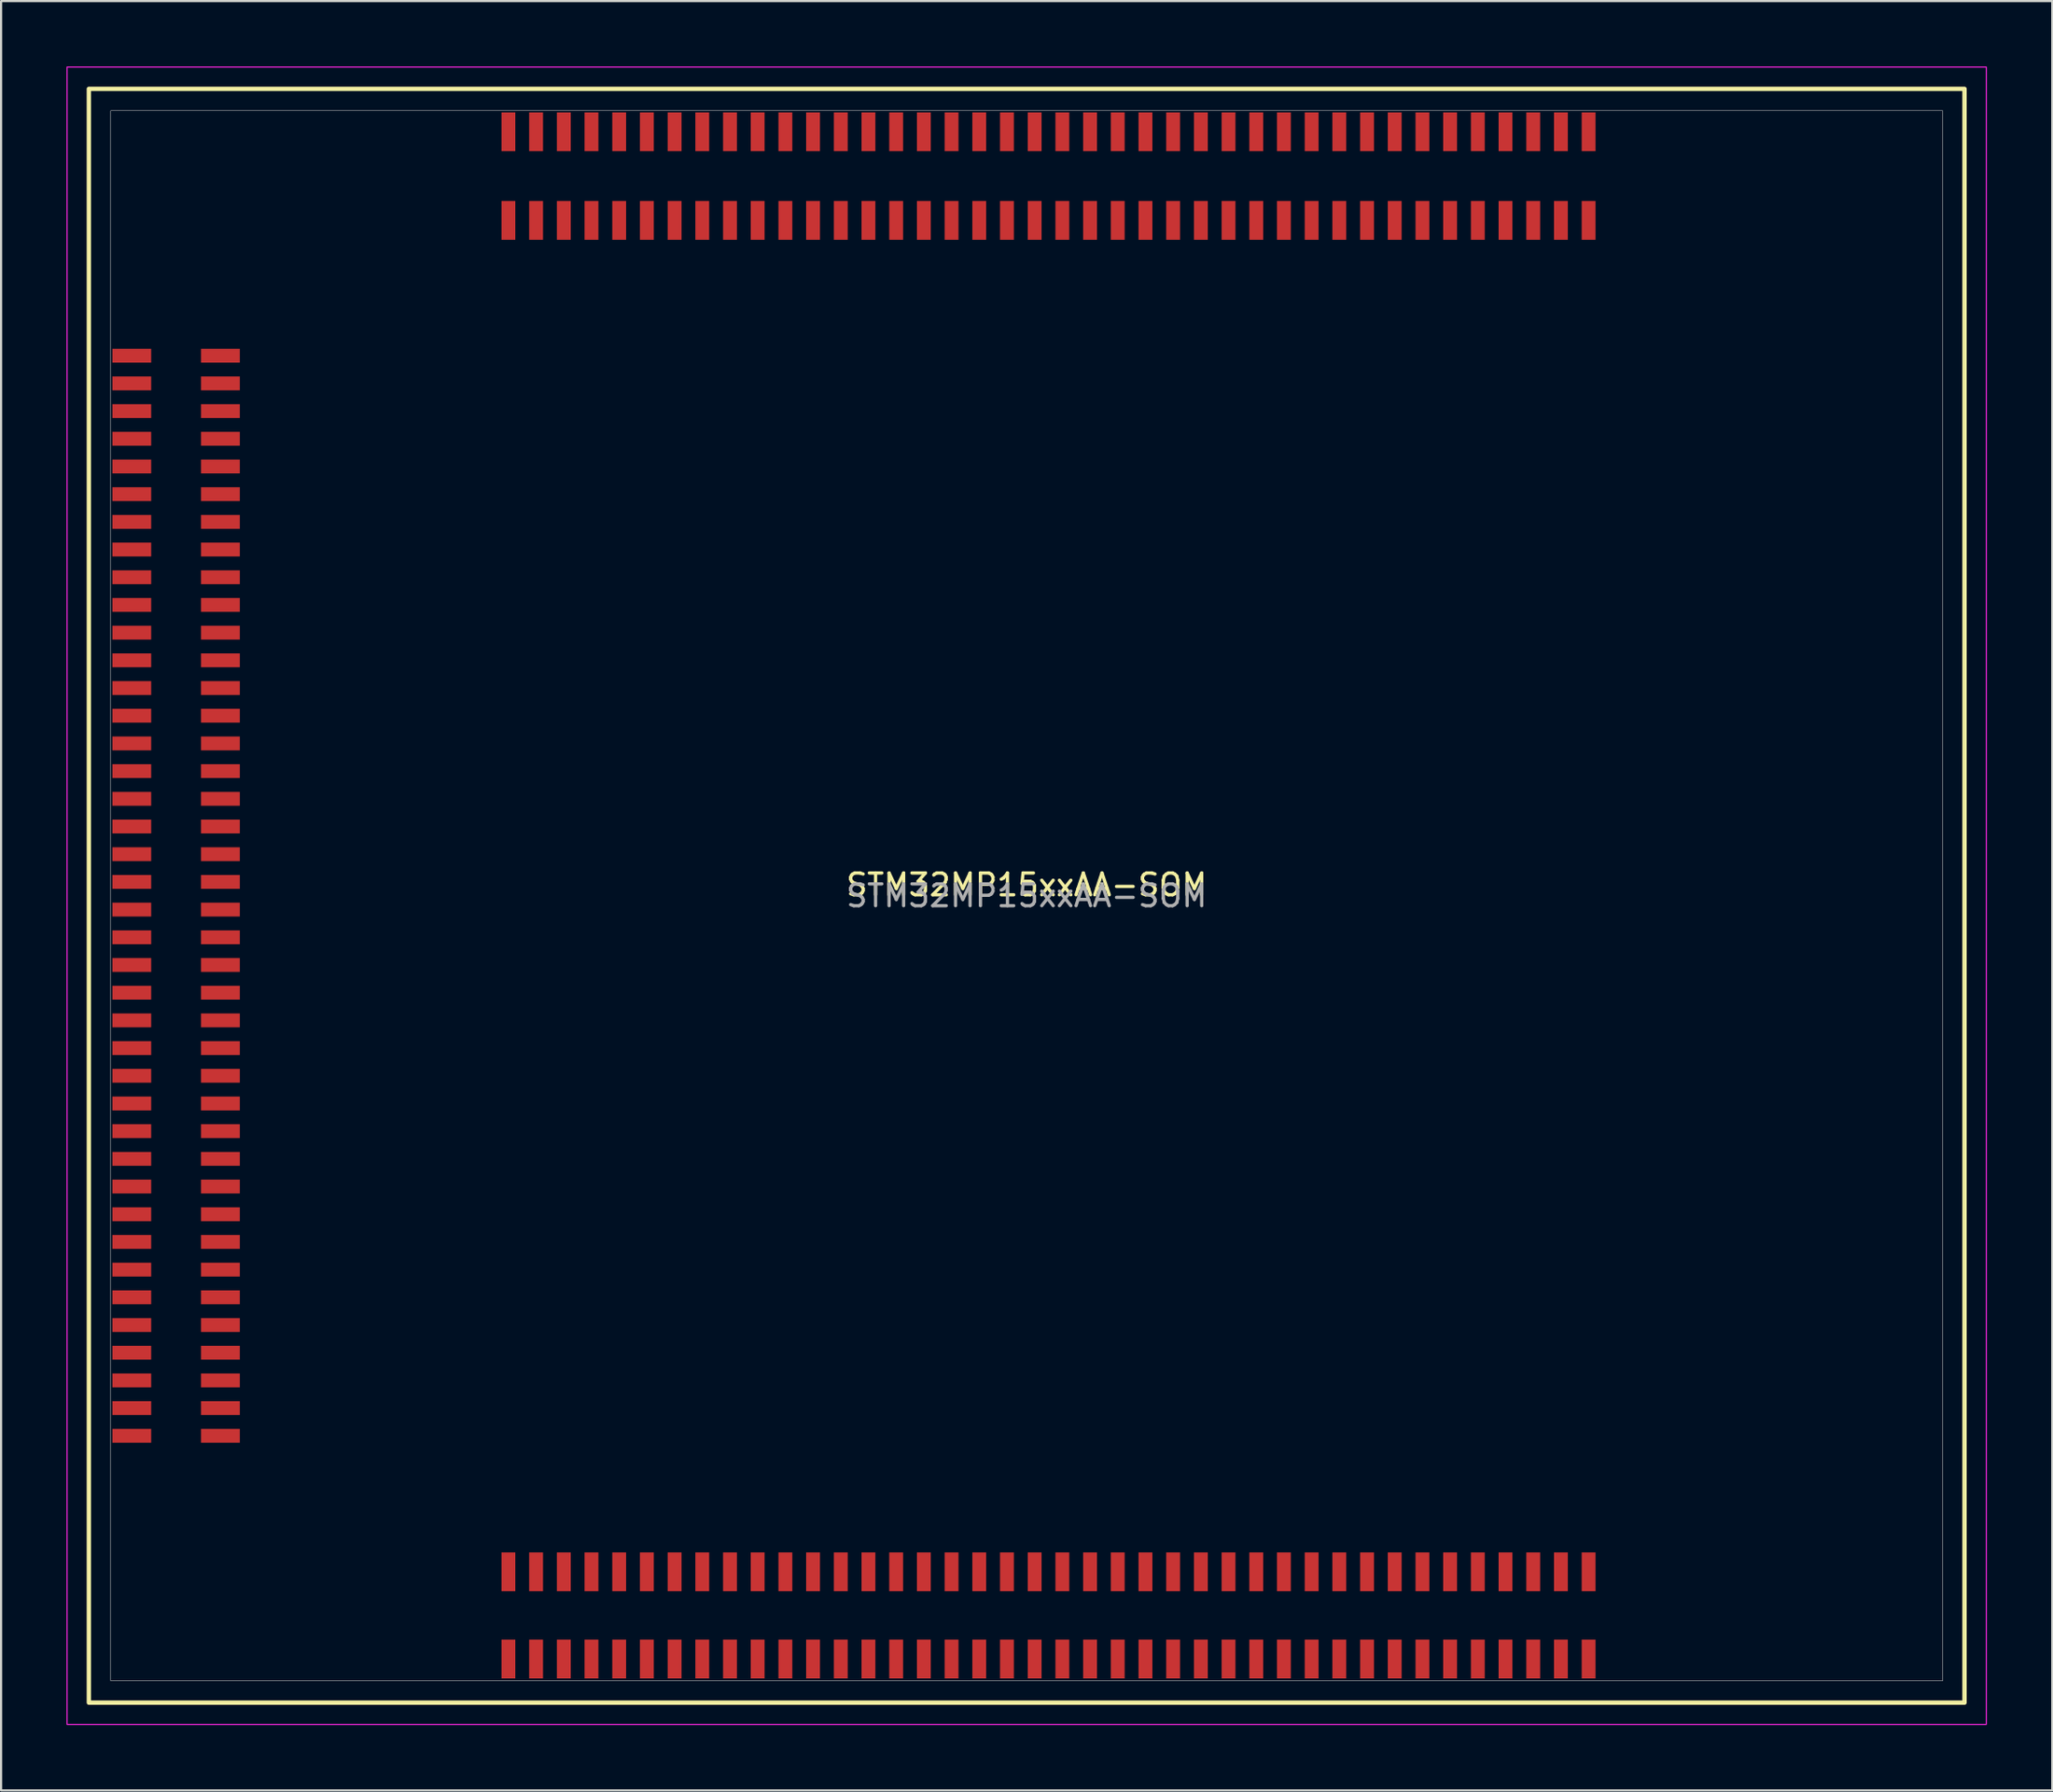
<source format=kicad_pcb>
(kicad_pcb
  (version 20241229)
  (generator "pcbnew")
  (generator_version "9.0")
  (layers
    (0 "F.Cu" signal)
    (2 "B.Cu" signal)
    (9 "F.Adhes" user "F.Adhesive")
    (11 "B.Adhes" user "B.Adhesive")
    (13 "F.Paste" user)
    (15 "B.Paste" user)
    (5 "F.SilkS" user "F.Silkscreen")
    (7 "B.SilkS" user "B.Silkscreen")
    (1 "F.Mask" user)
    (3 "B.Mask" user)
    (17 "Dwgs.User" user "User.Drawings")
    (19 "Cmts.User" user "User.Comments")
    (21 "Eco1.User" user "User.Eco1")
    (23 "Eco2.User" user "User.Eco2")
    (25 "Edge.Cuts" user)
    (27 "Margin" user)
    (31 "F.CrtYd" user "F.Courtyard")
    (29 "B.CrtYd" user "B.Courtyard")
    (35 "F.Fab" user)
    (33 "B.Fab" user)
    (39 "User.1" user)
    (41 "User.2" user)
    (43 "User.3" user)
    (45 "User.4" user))
  (footprint "STM32MP15xxAA-SOM"
    (layer "F.Cu")
    (at 44.025 38.025)
    (property "Reference" "STM32MP15xxAA-SOM" (at 0 -0.5 0) (unlocked yes) (layer "F.SilkS") (effects (font (size 1 1) (thickness 0.15))))
    (attr smd)
    (fp_rect (start -43 37) (end 43 -37) (stroke (width 0.2) (type solid)) (fill no) (layer "F.SilkS"))
    (fp_rect (start -44 38) (end 44 -38) (stroke (width 0.05) (type solid)) (fill no) (layer "F.CrtYd"))
    (fp_rect (start -42 36) (end 42 -36) (stroke (width 0.025) (type solid)) (fill no) (layer "F.Fab"))
    (fp_text user "${REFERENCE}" (at 0 0 0) (unlocked yes) (layer "F.Fab") (effects (font (size 1 1) (thickness 0.15))))
    (pad "A1" smd rect (at 25.765 -30.968) (size 0.635 1.778) (layers "F.Cu" "F.Mask" "F.Paste"))
    (pad "A2" smd rect (at 25.765 -35.032) (size 0.635 1.778) (layers "F.Cu" "F.Mask" "F.Paste"))
    (pad "A3" smd rect (at 24.495 -30.968) (size 0.635 1.778) (layers "F.Cu" "F.Mask" "F.Paste"))
    (pad "A4" smd rect (at 24.495 -35.032) (size 0.635 1.778) (layers "F.Cu" "F.Mask" "F.Paste"))
    (pad "A5" smd rect (at 23.225 -30.968) (size 0.635 1.778) (layers "F.Cu" "F.Mask" "F.Paste"))
    (pad "A6" smd rect (at 23.225 -35.032) (size 0.635 1.778) (layers "F.Cu" "F.Mask" "F.Paste"))
    (pad "A7" smd rect (at 21.955 -30.968) (size 0.635 1.778) (layers "F.Cu" "F.Mask" "F.Paste"))
    (pad "A8" smd rect (at 21.955 -35.032) (size 0.635 1.778) (layers "F.Cu" "F.Mask" "F.Paste"))
    (pad "A9" smd rect (at 20.685 -30.968) (size 0.635 1.778) (layers "F.Cu" "F.Mask" "F.Paste"))
    (pad "A10" smd rect (at 20.685 -35.032) (size 0.635 1.778) (layers "F.Cu" "F.Mask" "F.Paste"))
    (pad "A11" smd rect (at 19.415 -30.968) (size 0.635 1.778) (layers "F.Cu" "F.Mask" "F.Paste"))
    (pad "A12" smd rect (at 19.415 -35.032) (size 0.635 1.778) (layers "F.Cu" "F.Mask" "F.Paste"))
    (pad "A13" smd rect (at 18.145 -30.968) (size 0.635 1.778) (layers "F.Cu" "F.Mask" "F.Paste"))
    (pad "A14" smd rect (at 18.145 -35.032) (size 0.635 1.778) (layers "F.Cu" "F.Mask" "F.Paste"))
    (pad "A15" smd rect (at 16.875 -30.968) (size 0.635 1.778) (layers "F.Cu" "F.Mask" "F.Paste"))
    (pad "A16" smd rect (at 16.875 -35.032) (size 0.635 1.778) (layers "F.Cu" "F.Mask" "F.Paste"))
    (pad "A17" smd rect (at 15.605 -30.968) (size 0.635 1.778) (layers "F.Cu" "F.Mask" "F.Paste"))
    (pad "A18" smd rect (at 15.605 -35.032) (size 0.635 1.778) (layers "F.Cu" "F.Mask" "F.Paste"))
    (pad "A19" smd rect (at 14.335 -30.968) (size 0.635 1.778) (layers "F.Cu" "F.Mask" "F.Paste"))
    (pad "A20" smd rect (at 14.335 -35.032) (size 0.635 1.778) (layers "F.Cu" "F.Mask" "F.Paste"))
    (pad "A21" smd rect (at 13.065 -30.968) (size 0.635 1.778) (layers "F.Cu" "F.Mask" "F.Paste"))
    (pad "A22" smd rect (at 13.065 -35.032) (size 0.635 1.778) (layers "F.Cu" "F.Mask" "F.Paste"))
    (pad "A23" smd rect (at 11.795 -30.968) (size 0.635 1.778) (layers "F.Cu" "F.Mask" "F.Paste"))
    (pad "A24" smd rect (at 11.795 -35.032) (size 0.635 1.778) (layers "F.Cu" "F.Mask" "F.Paste"))
    (pad "A25" smd rect (at 10.525 -30.968) (size 0.635 1.778) (layers "F.Cu" "F.Mask" "F.Paste"))
    (pad "A26" smd rect (at 10.525 -35.032) (size 0.635 1.778) (layers "F.Cu" "F.Mask" "F.Paste"))
    (pad "A27" smd rect (at 9.255 -30.968) (size 0.635 1.778) (layers "F.Cu" "F.Mask" "F.Paste"))
    (pad "A28" smd rect (at 9.255 -35.032) (size 0.635 1.778) (layers "F.Cu" "F.Mask" "F.Paste"))
    (pad "A29" smd rect (at 7.985 -30.968) (size 0.635 1.778) (layers "F.Cu" "F.Mask" "F.Paste"))
    (pad "A30" smd rect (at 7.985 -35.032) (size 0.635 1.778) (layers "F.Cu" "F.Mask" "F.Paste"))
    (pad "A31" smd rect (at 6.715 -30.968) (size 0.635 1.778) (layers "F.Cu" "F.Mask" "F.Paste"))
    (pad "A32" smd rect (at 6.715 -35.032) (size 0.635 1.778) (layers "F.Cu" "F.Mask" "F.Paste"))
    (pad "A33" smd rect (at 5.445 -30.968) (size 0.635 1.778) (layers "F.Cu" "F.Mask" "F.Paste"))
    (pad "A34" smd rect (at 5.445 -35.032) (size 0.635 1.778) (layers "F.Cu" "F.Mask" "F.Paste"))
    (pad "A35" smd rect (at 4.175 -30.968) (size 0.635 1.778) (layers "F.Cu" "F.Mask" "F.Paste"))
    (pad "A36" smd rect (at 4.175 -35.032) (size 0.635 1.778) (layers "F.Cu" "F.Mask" "F.Paste"))
    (pad "A37" smd rect (at 2.905 -30.968) (size 0.635 1.778) (layers "F.Cu" "F.Mask" "F.Paste"))
    (pad "A38" smd rect (at 2.905 -35.032) (size 0.635 1.778) (layers "F.Cu" "F.Mask" "F.Paste"))
    (pad "A39" smd rect (at 1.635 -30.968) (size 0.635 1.778) (layers "F.Cu" "F.Mask" "F.Paste"))
    (pad "A40" smd rect (at 1.635 -35.032) (size 0.635 1.778) (layers "F.Cu" "F.Mask" "F.Paste"))
    (pad "A41" smd rect (at 0.365 -30.968) (size 0.635 1.778) (layers "F.Cu" "F.Mask" "F.Paste"))
    (pad "A42" smd rect (at 0.365 -35.032) (size 0.635 1.778) (layers "F.Cu" "F.Mask" "F.Paste"))
    (pad "A43" smd rect (at -0.905 -30.968) (size 0.635 1.778) (layers "F.Cu" "F.Mask" "F.Paste"))
    (pad "A44" smd rect (at -0.905 -35.032) (size 0.635 1.778) (layers "F.Cu" "F.Mask" "F.Paste"))
    (pad "A45" smd rect (at -2.175 -30.968) (size 0.635 1.778) (layers "F.Cu" "F.Mask" "F.Paste"))
    (pad "A46" smd rect (at -2.175 -35.032) (size 0.635 1.778) (layers "F.Cu" "F.Mask" "F.Paste"))
    (pad "A47" smd rect (at -3.445 -30.968) (size 0.635 1.778) (layers "F.Cu" "F.Mask" "F.Paste"))
    (pad "A48" smd rect (at -3.445 -35.032) (size 0.635 1.778) (layers "F.Cu" "F.Mask" "F.Paste"))
    (pad "A49" smd rect (at -4.715 -30.968) (size 0.635 1.778) (layers "F.Cu" "F.Mask" "F.Paste"))
    (pad "A50" smd rect (at -4.715 -35.032) (size 0.635 1.778) (layers "F.Cu" "F.Mask" "F.Paste"))
    (pad "A51" smd rect (at -5.985 -30.968) (size 0.635 1.778) (layers "F.Cu" "F.Mask" "F.Paste"))
    (pad "A52" smd rect (at -5.985 -35.032) (size 0.635 1.778) (layers "F.Cu" "F.Mask" "F.Paste"))
    (pad "A53" smd rect (at -7.255 -30.968) (size 0.635 1.778) (layers "F.Cu" "F.Mask" "F.Paste"))
    (pad "A54" smd rect (at -7.255 -35.032) (size 0.635 1.778) (layers "F.Cu" "F.Mask" "F.Paste"))
    (pad "A55" smd rect (at -8.525 -30.968) (size 0.635 1.778) (layers "F.Cu" "F.Mask" "F.Paste"))
    (pad "A56" smd rect (at -8.525 -35.032) (size 0.635 1.778) (layers "F.Cu" "F.Mask" "F.Paste"))
    (pad "A57" smd rect (at -9.795 -30.968) (size 0.635 1.778) (layers "F.Cu" "F.Mask" "F.Paste"))
    (pad "A58" smd rect (at -9.795 -35.032) (size 0.635 1.778) (layers "F.Cu" "F.Mask" "F.Paste"))
    (pad "A59" smd rect (at -11.065 -30.968) (size 0.635 1.778) (layers "F.Cu" "F.Mask" "F.Paste"))
    (pad "A60" smd rect (at -11.065 -35.032) (size 0.635 1.778) (layers "F.Cu" "F.Mask" "F.Paste"))
    (pad "A61" smd rect (at -12.335 -30.968) (size 0.635 1.778) (layers "F.Cu" "F.Mask" "F.Paste"))
    (pad "A62" smd rect (at -12.335 -35.032) (size 0.635 1.778) (layers "F.Cu" "F.Mask" "F.Paste"))
    (pad "A63" smd rect (at -13.605 -30.968) (size 0.635 1.778) (layers "F.Cu" "F.Mask" "F.Paste"))
    (pad "A64" smd rect (at -13.605 -35.032) (size 0.635 1.778) (layers "F.Cu" "F.Mask" "F.Paste"))
    (pad "A65" smd rect (at -14.875 -30.968) (size 0.635 1.778) (layers "F.Cu" "F.Mask" "F.Paste"))
    (pad "A66" smd rect (at -14.875 -35.032) (size 0.635 1.778) (layers "F.Cu" "F.Mask" "F.Paste"))
    (pad "A67" smd rect (at -16.145 -30.968) (size 0.635 1.778) (layers "F.Cu" "F.Mask" "F.Paste"))
    (pad "A68" smd rect (at -16.145 -35.032) (size 0.635 1.778) (layers "F.Cu" "F.Mask" "F.Paste"))
    (pad "A69" smd rect (at -17.415 -30.968) (size 0.635 1.778) (layers "F.Cu" "F.Mask" "F.Paste"))
    (pad "A70" smd rect (at -17.415 -35.032) (size 0.635 1.778) (layers "F.Cu" "F.Mask" "F.Paste"))
    (pad "A71" smd rect (at -18.685 -30.968) (size 0.635 1.778) (layers "F.Cu" "F.Mask" "F.Paste"))
    (pad "A72" smd rect (at -18.685 -35.032) (size 0.635 1.778) (layers "F.Cu" "F.Mask" "F.Paste"))
    (pad "A73" smd rect (at -19.955 -30.968) (size 0.635 1.778) (layers "F.Cu" "F.Mask" "F.Paste"))
    (pad "A74" smd rect (at -19.955 -35.032) (size 0.635 1.778) (layers "F.Cu" "F.Mask" "F.Paste"))
    (pad "A75" smd rect (at -21.225 -30.968) (size 0.635 1.778) (layers "F.Cu" "F.Mask" "F.Paste"))
    (pad "A76" smd rect (at -21.225 -35.032) (size 0.635 1.778) (layers "F.Cu" "F.Mask" "F.Paste"))
    (pad "A77" smd rect (at -22.495 -30.968) (size 0.635 1.778) (layers "F.Cu" "F.Mask" "F.Paste"))
    (pad "A78" smd rect (at -22.495 -35.032) (size 0.635 1.778) (layers "F.Cu" "F.Mask" "F.Paste"))
    (pad "A79" smd rect (at -23.765 -30.968) (size 0.635 1.778) (layers "F.Cu" "F.Mask" "F.Paste"))
    (pad "A80" smd rect (at -23.765 -35.032) (size 0.635 1.778) (layers "F.Cu" "F.Mask" "F.Paste"))
    (pad "B1" smd rect (at -36.968 -24.765) (size 1.778 0.635) (layers "F.Cu" "F.Mask" "F.Paste"))
    (pad "B2" smd rect (at -41.032 -24.765) (size 1.778 0.635) (layers "F.Cu" "F.Mask" "F.Paste"))
    (pad "B3" smd rect (at -36.968 -23.495) (size 1.778 0.635) (layers "F.Cu" "F.Mask" "F.Paste"))
    (pad "B4" smd rect (at -41.032 -23.495) (size 1.778 0.635) (layers "F.Cu" "F.Mask" "F.Paste"))
    (pad "B5" smd rect (at -36.968 -22.225) (size 1.778 0.635) (layers "F.Cu" "F.Mask" "F.Paste"))
    (pad "B6" smd rect (at -41.032 -22.225) (size 1.778 0.635) (layers "F.Cu" "F.Mask" "F.Paste"))
    (pad "B7" smd rect (at -36.968 -20.955) (size 1.778 0.635) (layers "F.Cu" "F.Mask" "F.Paste"))
    (pad "B8" smd rect (at -41.032 -20.955) (size 1.778 0.635) (layers "F.Cu" "F.Mask" "F.Paste"))
    (pad "B9" smd rect (at -36.968 -19.685) (size 1.778 0.635) (layers "F.Cu" "F.Mask" "F.Paste"))
    (pad "B10" smd rect (at -41.032 -19.685) (size 1.778 0.635) (layers "F.Cu" "F.Mask" "F.Paste"))
    (pad "B11" smd rect (at -36.968 -18.415) (size 1.778 0.635) (layers "F.Cu" "F.Mask" "F.Paste"))
    (pad "B12" smd rect (at -41.032 -18.415) (size 1.778 0.635) (layers "F.Cu" "F.Mask" "F.Paste"))
    (pad "B13" smd rect (at -36.968 -17.145) (size 1.778 0.635) (layers "F.Cu" "F.Mask" "F.Paste"))
    (pad "B14" smd rect (at -41.032 -17.145) (size 1.778 0.635) (layers "F.Cu" "F.Mask" "F.Paste"))
    (pad "B15" smd rect (at -36.968 -15.875) (size 1.778 0.635) (layers "F.Cu" "F.Mask" "F.Paste"))
    (pad "B16" smd rect (at -41.032 -15.875) (size 1.778 0.635) (layers "F.Cu" "F.Mask" "F.Paste"))
    (pad "B17" smd rect (at -36.968 -14.605) (size 1.778 0.635) (layers "F.Cu" "F.Mask" "F.Paste"))
    (pad "B18" smd rect (at -41.032 -14.605) (size 1.778 0.635) (layers "F.Cu" "F.Mask" "F.Paste"))
    (pad "B19" smd rect (at -36.968 -13.335) (size 1.778 0.635) (layers "F.Cu" "F.Mask" "F.Paste"))
    (pad "B20" smd rect (at -41.032 -13.335) (size 1.778 0.635) (layers "F.Cu" "F.Mask" "F.Paste"))
    (pad "B21" smd rect (at -36.968 -12.065) (size 1.778 0.635) (layers "F.Cu" "F.Mask" "F.Paste"))
    (pad "B22" smd rect (at -41.032 -12.065) (size 1.778 0.635) (layers "F.Cu" "F.Mask" "F.Paste"))
    (pad "B23" smd rect (at -36.968 -10.795) (size 1.778 0.635) (layers "F.Cu" "F.Mask" "F.Paste"))
    (pad "B24" smd rect (at -41.032 -10.795) (size 1.778 0.635) (layers "F.Cu" "F.Mask" "F.Paste"))
    (pad "B25" smd rect (at -36.968 -9.525) (size 1.778 0.635) (layers "F.Cu" "F.Mask" "F.Paste"))
    (pad "B26" smd rect (at -41.032 -9.525) (size 1.778 0.635) (layers "F.Cu" "F.Mask" "F.Paste"))
    (pad "B27" smd rect (at -36.968 -8.255) (size 1.778 0.635) (layers "F.Cu" "F.Mask" "F.Paste"))
    (pad "B28" smd rect (at -41.032 -8.255) (size 1.778 0.635) (layers "F.Cu" "F.Mask" "F.Paste"))
    (pad "B29" smd rect (at -36.968 -6.985) (size 1.778 0.635) (layers "F.Cu" "F.Mask" "F.Paste"))
    (pad "B30" smd rect (at -41.032 -6.985) (size 1.778 0.635) (layers "F.Cu" "F.Mask" "F.Paste"))
    (pad "B31" smd rect (at -36.968 -5.715) (size 1.778 0.635) (layers "F.Cu" "F.Mask" "F.Paste"))
    (pad "B32" smd rect (at -41.032 -5.715) (size 1.778 0.635) (layers "F.Cu" "F.Mask" "F.Paste"))
    (pad "B33" smd rect (at -36.968 -4.445) (size 1.778 0.635) (layers "F.Cu" "F.Mask" "F.Paste"))
    (pad "B34" smd rect (at -41.032 -4.445) (size 1.778 0.635) (layers "F.Cu" "F.Mask" "F.Paste"))
    (pad "B35" smd rect (at -36.968 -3.175) (size 1.778 0.635) (layers "F.Cu" "F.Mask" "F.Paste"))
    (pad "B36" smd rect (at -41.032 -3.175) (size 1.778 0.635) (layers "F.Cu" "F.Mask" "F.Paste"))
    (pad "B37" smd rect (at -36.968 -1.905) (size 1.778 0.635) (layers "F.Cu" "F.Mask" "F.Paste"))
    (pad "B38" smd rect (at -41.032 -1.905) (size 1.778 0.635) (layers "F.Cu" "F.Mask" "F.Paste"))
    (pad "B39" smd rect (at -36.968 -0.635) (size 1.778 0.635) (layers "F.Cu" "F.Mask" "F.Paste"))
    (pad "B40" smd rect (at -41.032 -0.635) (size 1.778 0.635) (layers "F.Cu" "F.Mask" "F.Paste"))
    (pad "B41" smd rect (at -36.968 0.635) (size 1.778 0.635) (layers "F.Cu" "F.Mask" "F.Paste"))
    (pad "B42" smd rect (at -41.032 0.635) (size 1.778 0.635) (layers "F.Cu" "F.Mask" "F.Paste"))
    (pad "B43" smd rect (at -36.968 1.905) (size 1.778 0.635) (layers "F.Cu" "F.Mask" "F.Paste"))
    (pad "B44" smd rect (at -41.032 1.905) (size 1.778 0.635) (layers "F.Cu" "F.Mask" "F.Paste"))
    (pad "B45" smd rect (at -36.968 3.175) (size 1.778 0.635) (layers "F.Cu" "F.Mask" "F.Paste"))
    (pad "B46" smd rect (at -41.032 3.175) (size 1.778 0.635) (layers "F.Cu" "F.Mask" "F.Paste"))
    (pad "B47" smd rect (at -36.968 4.445) (size 1.778 0.635) (layers "F.Cu" "F.Mask" "F.Paste"))
    (pad "B48" smd rect (at -41.032 4.445) (size 1.778 0.635) (layers "F.Cu" "F.Mask" "F.Paste"))
    (pad "B49" smd rect (at -36.968 5.715) (size 1.778 0.635) (layers "F.Cu" "F.Mask" "F.Paste"))
    (pad "B50" smd rect (at -41.032 5.715) (size 1.778 0.635) (layers "F.Cu" "F.Mask" "F.Paste"))
    (pad "B51" smd rect (at -36.968 6.985) (size 1.778 0.635) (layers "F.Cu" "F.Mask" "F.Paste"))
    (pad "B52" smd rect (at -41.032 6.985) (size 1.778 0.635) (layers "F.Cu" "F.Mask" "F.Paste"))
    (pad "B53" smd rect (at -36.968 8.255) (size 1.778 0.635) (layers "F.Cu" "F.Mask" "F.Paste"))
    (pad "B54" smd rect (at -41.032 8.255) (size 1.778 0.635) (layers "F.Cu" "F.Mask" "F.Paste"))
    (pad "B55" smd rect (at -36.968 9.525) (size 1.778 0.635) (layers "F.Cu" "F.Mask" "F.Paste"))
    (pad "B56" smd rect (at -41.032 9.525) (size 1.778 0.635) (layers "F.Cu" "F.Mask" "F.Paste"))
    (pad "B57" smd rect (at -36.968 10.795) (size 1.778 0.635) (layers "F.Cu" "F.Mask" "F.Paste"))
    (pad "B58" smd rect (at -41.032 10.795) (size 1.778 0.635) (layers "F.Cu" "F.Mask" "F.Paste"))
    (pad "B59" smd rect (at -36.968 12.065) (size 1.778 0.635) (layers "F.Cu" "F.Mask" "F.Paste"))
    (pad "B60" smd rect (at -41.032 12.065) (size 1.778 0.635) (layers "F.Cu" "F.Mask" "F.Paste"))
    (pad "B61" smd rect (at -36.968 13.335) (size 1.778 0.635) (layers "F.Cu" "F.Mask" "F.Paste"))
    (pad "B62" smd rect (at -41.032 13.335) (size 1.778 0.635) (layers "F.Cu" "F.Mask" "F.Paste"))
    (pad "B63" smd rect (at -36.968 14.605) (size 1.778 0.635) (layers "F.Cu" "F.Mask" "F.Paste"))
    (pad "B64" smd rect (at -41.032 14.605) (size 1.778 0.635) (layers "F.Cu" "F.Mask" "F.Paste"))
    (pad "B65" smd rect (at -36.968 15.875) (size 1.778 0.635) (layers "F.Cu" "F.Mask" "F.Paste"))
    (pad "B66" smd rect (at -41.032 15.875) (size 1.778 0.635) (layers "F.Cu" "F.Mask" "F.Paste"))
    (pad "B67" smd rect (at -36.968 17.145) (size 1.778 0.635) (layers "F.Cu" "F.Mask" "F.Paste"))
    (pad "B68" smd rect (at -41.032 17.145) (size 1.778 0.635) (layers "F.Cu" "F.Mask" "F.Paste"))
    (pad "B69" smd rect (at -36.968 18.415) (size 1.778 0.635) (layers "F.Cu" "F.Mask" "F.Paste"))
    (pad "B70" smd rect (at -41.032 18.415) (size 1.778 0.635) (layers "F.Cu" "F.Mask" "F.Paste"))
    (pad "B71" smd rect (at -36.968 19.685) (size 1.778 0.635) (layers "F.Cu" "F.Mask" "F.Paste"))
    (pad "B72" smd rect (at -41.032 19.685) (size 1.778 0.635) (layers "F.Cu" "F.Mask" "F.Paste"))
    (pad "B73" smd rect (at -36.968 20.955) (size 1.778 0.635) (layers "F.Cu" "F.Mask" "F.Paste"))
    (pad "B74" smd rect (at -41.032 20.955) (size 1.778 0.635) (layers "F.Cu" "F.Mask" "F.Paste"))
    (pad "B75" smd rect (at -36.968 22.225) (size 1.778 0.635) (layers "F.Cu" "F.Mask" "F.Paste"))
    (pad "B76" smd rect (at -41.032 22.225) (size 1.778 0.635) (layers "F.Cu" "F.Mask" "F.Paste"))
    (pad "B77" smd rect (at -36.968 23.495) (size 1.778 0.635) (layers "F.Cu" "F.Mask" "F.Paste"))
    (pad "B78" smd rect (at -41.032 23.495) (size 1.778 0.635) (layers "F.Cu" "F.Mask" "F.Paste"))
    (pad "B79" smd rect (at -36.968 24.765) (size 1.778 0.635) (layers "F.Cu" "F.Mask" "F.Paste"))
    (pad "B80" smd rect (at -41.032 24.765) (size 1.778 0.635) (layers "F.Cu" "F.Mask" "F.Paste"))
    (pad "C1" smd rect (at -23.765 31) (size 0.635 1.778) (layers "F.Cu" "F.Mask" "F.Paste"))
    (pad "C2" smd rect (at -23.765 35) (size 0.635 1.778) (layers "F.Cu" "F.Mask" "F.Paste"))
    (pad "C3" smd rect (at -22.495 31) (size 0.635 1.778) (layers "F.Cu" "F.Mask" "F.Paste"))
    (pad "C4" smd rect (at -22.495 35) (size 0.635 1.778) (layers "F.Cu" "F.Mask" "F.Paste"))
    (pad "C5" smd rect (at -21.225 31) (size 0.635 1.778) (layers "F.Cu" "F.Mask" "F.Paste"))
    (pad "C6" smd rect (at -21.225 35) (size 0.635 1.778) (layers "F.Cu" "F.Mask" "F.Paste"))
    (pad "C7" smd rect (at -19.955 31) (size 0.635 1.778) (layers "F.Cu" "F.Mask" "F.Paste"))
    (pad "C8" smd rect (at -19.955 35) (size 0.635 1.778) (layers "F.Cu" "F.Mask" "F.Paste"))
    (pad "C9" smd rect (at -18.685 31) (size 0.635 1.778) (layers "F.Cu" "F.Mask" "F.Paste"))
    (pad "C10" smd rect (at -18.685 35) (size 0.635 1.778) (layers "F.Cu" "F.Mask" "F.Paste"))
    (pad "C11" smd rect (at -17.415 31) (size 0.635 1.778) (layers "F.Cu" "F.Mask" "F.Paste"))
    (pad "C12" smd rect (at -17.415 35) (size 0.635 1.778) (layers "F.Cu" "F.Mask" "F.Paste"))
    (pad "C13" smd rect (at -16.145 31) (size 0.635 1.778) (layers "F.Cu" "F.Mask" "F.Paste"))
    (pad "C14" smd rect (at -16.145 35) (size 0.635 1.778) (layers "F.Cu" "F.Mask" "F.Paste"))
    (pad "C15" smd rect (at -14.875 31) (size 0.635 1.778) (layers "F.Cu" "F.Mask" "F.Paste"))
    (pad "C16" smd rect (at -14.875 35) (size 0.635 1.778) (layers "F.Cu" "F.Mask" "F.Paste"))
    (pad "C17" smd rect (at -13.605 31) (size 0.635 1.778) (layers "F.Cu" "F.Mask" "F.Paste"))
    (pad "C18" smd rect (at -13.605 35) (size 0.635 1.778) (layers "F.Cu" "F.Mask" "F.Paste"))
    (pad "C19" smd rect (at -12.335 31) (size 0.635 1.778) (layers "F.Cu" "F.Mask" "F.Paste"))
    (pad "C20" smd rect (at -12.335 35) (size 0.635 1.778) (layers "F.Cu" "F.Mask" "F.Paste"))
    (pad "C21" smd rect (at -11.065 31) (size 0.635 1.778) (layers "F.Cu" "F.Mask" "F.Paste"))
    (pad "C22" smd rect (at -11.065 35) (size 0.635 1.778) (layers "F.Cu" "F.Mask" "F.Paste"))
    (pad "C23" smd rect (at -9.795 31) (size 0.635 1.778) (layers "F.Cu" "F.Mask" "F.Paste"))
    (pad "C24" smd rect (at -9.795 35) (size 0.635 1.778) (layers "F.Cu" "F.Mask" "F.Paste"))
    (pad "C25" smd rect (at -8.525 31) (size 0.635 1.778) (layers "F.Cu" "F.Mask" "F.Paste"))
    (pad "C26" smd rect (at -8.525 35) (size 0.635 1.778) (layers "F.Cu" "F.Mask" "F.Paste"))
    (pad "C27" smd rect (at -7.255 31) (size 0.635 1.778) (layers "F.Cu" "F.Mask" "F.Paste"))
    (pad "C28" smd rect (at -7.255 35) (size 0.635 1.778) (layers "F.Cu" "F.Mask" "F.Paste"))
    (pad "C29" smd rect (at -5.985 31) (size 0.635 1.778) (layers "F.Cu" "F.Mask" "F.Paste"))
    (pad "C30" smd rect (at -5.985 35) (size 0.635 1.778) (layers "F.Cu" "F.Mask" "F.Paste"))
    (pad "C31" smd rect (at -4.715 31) (size 0.635 1.778) (layers "F.Cu" "F.Mask" "F.Paste"))
    (pad "C32" smd rect (at -4.715 35) (size 0.635 1.778) (layers "F.Cu" "F.Mask" "F.Paste"))
    (pad "C33" smd rect (at -3.445 31) (size 0.635 1.778) (layers "F.Cu" "F.Mask" "F.Paste"))
    (pad "C34" smd rect (at -3.445 35) (size 0.635 1.778) (layers "F.Cu" "F.Mask" "F.Paste"))
    (pad "C35" smd rect (at -2.175 31) (size 0.635 1.778) (layers "F.Cu" "F.Mask" "F.Paste"))
    (pad "C36" smd rect (at -2.175 35) (size 0.635 1.778) (layers "F.Cu" "F.Mask" "F.Paste"))
    (pad "C37" smd rect (at -0.905 31) (size 0.635 1.778) (layers "F.Cu" "F.Mask" "F.Paste"))
    (pad "C38" smd rect (at -0.905 35) (size 0.635 1.778) (layers "F.Cu" "F.Mask" "F.Paste"))
    (pad "C39" smd rect (at 0.365 31) (size 0.635 1.778) (layers "F.Cu" "F.Mask" "F.Paste"))
    (pad "C40" smd rect (at 0.365 35) (size 0.635 1.778) (layers "F.Cu" "F.Mask" "F.Paste"))
    (pad "C41" smd rect (at 1.635 31) (size 0.635 1.778) (layers "F.Cu" "F.Mask" "F.Paste"))
    (pad "C42" smd rect (at 1.635 35) (size 0.635 1.778) (layers "F.Cu" "F.Mask" "F.Paste"))
    (pad "C43" smd rect (at 2.905 31) (size 0.635 1.778) (layers "F.Cu" "F.Mask" "F.Paste"))
    (pad "C44" smd rect (at 2.905 35) (size 0.635 1.778) (layers "F.Cu" "F.Mask" "F.Paste"))
    (pad "C45" smd rect (at 4.175 31) (size 0.635 1.778) (layers "F.Cu" "F.Mask" "F.Paste"))
    (pad "C46" smd rect (at 4.175 35) (size 0.635 1.778) (layers "F.Cu" "F.Mask" "F.Paste"))
    (pad "C47" smd rect (at 5.445 31) (size 0.635 1.778) (layers "F.Cu" "F.Mask" "F.Paste"))
    (pad "C48" smd rect (at 5.445 35) (size 0.635 1.778) (layers "F.Cu" "F.Mask" "F.Paste"))
    (pad "C49" smd rect (at 6.715 31) (size 0.635 1.778) (layers "F.Cu" "F.Mask" "F.Paste"))
    (pad "C50" smd rect (at 6.715 35) (size 0.635 1.778) (layers "F.Cu" "F.Mask" "F.Paste"))
    (pad "C51" smd rect (at 7.985 31) (size 0.635 1.778) (layers "F.Cu" "F.Mask" "F.Paste"))
    (pad "C52" smd rect (at 7.985 35) (size 0.635 1.778) (layers "F.Cu" "F.Mask" "F.Paste"))
    (pad "C53" smd rect (at 9.255 31) (size 0.635 1.778) (layers "F.Cu" "F.Mask" "F.Paste"))
    (pad "C54" smd rect (at 9.255 35) (size 0.635 1.778) (layers "F.Cu" "F.Mask" "F.Paste"))
    (pad "C55" smd rect (at 10.525 31) (size 0.635 1.778) (layers "F.Cu" "F.Mask" "F.Paste"))
    (pad "C56" smd rect (at 10.525 35) (size 0.635 1.778) (layers "F.Cu" "F.Mask" "F.Paste"))
    (pad "C57" smd rect (at 11.795 31) (size 0.635 1.778) (layers "F.Cu" "F.Mask" "F.Paste"))
    (pad "C58" smd rect (at 11.795 35) (size 0.635 1.778) (layers "F.Cu" "F.Mask" "F.Paste"))
    (pad "C59" smd rect (at 13.065 31) (size 0.635 1.778) (layers "F.Cu" "F.Mask" "F.Paste"))
    (pad "C60" smd rect (at 13.065 35) (size 0.635 1.778) (layers "F.Cu" "F.Mask" "F.Paste"))
    (pad "C61" smd rect (at 14.335 31) (size 0.635 1.778) (layers "F.Cu" "F.Mask" "F.Paste"))
    (pad "C62" smd rect (at 14.335 35) (size 0.635 1.778) (layers "F.Cu" "F.Mask" "F.Paste"))
    (pad "C63" smd rect (at 15.605 31) (size 0.635 1.778) (layers "F.Cu" "F.Mask" "F.Paste"))
    (pad "C64" smd rect (at 15.605 35) (size 0.635 1.778) (layers "F.Cu" "F.Mask" "F.Paste"))
    (pad "C65" smd rect (at 16.875 31) (size 0.635 1.778) (layers "F.Cu" "F.Mask" "F.Paste"))
    (pad "C66" smd rect (at 16.875 35) (size 0.635 1.778) (layers "F.Cu" "F.Mask" "F.Paste"))
    (pad "C67" smd rect (at 18.145 31) (size 0.635 1.778) (layers "F.Cu" "F.Mask" "F.Paste"))
    (pad "C68" smd rect (at 18.145 35) (size 0.635 1.778) (layers "F.Cu" "F.Mask" "F.Paste"))
    (pad "C69" smd rect (at 19.415 31) (size 0.635 1.778) (layers "F.Cu" "F.Mask" "F.Paste"))
    (pad "C70" smd rect (at 19.415 35) (size 0.635 1.778) (layers "F.Cu" "F.Mask" "F.Paste"))
    (pad "C71" smd rect (at 20.685 31) (size 0.635 1.778) (layers "F.Cu" "F.Mask" "F.Paste"))
    (pad "C72" smd rect (at 20.685 35) (size 0.635 1.778) (layers "F.Cu" "F.Mask" "F.Paste"))
    (pad "C73" smd rect (at 21.955 31) (size 0.635 1.778) (layers "F.Cu" "F.Mask" "F.Paste"))
    (pad "C74" smd rect (at 21.955 35) (size 0.635 1.778) (layers "F.Cu" "F.Mask" "F.Paste"))
    (pad "C75" smd rect (at 23.225 31) (size 0.635 1.778) (layers "F.Cu" "F.Mask" "F.Paste"))
    (pad "C76" smd rect (at 23.225 35) (size 0.635 1.778) (layers "F.Cu" "F.Mask" "F.Paste"))
    (pad "C77" smd rect (at 24.495 31) (size 0.635 1.778) (layers "F.Cu" "F.Mask" "F.Paste"))
    (pad "C78" smd rect (at 24.495 35) (size 0.635 1.778) (layers "F.Cu" "F.Mask" "F.Paste"))
    (pad "C79" smd rect (at 25.765 31) (size 0.635 1.778) (layers "F.Cu" "F.Mask" "F.Paste"))
    (pad "C80" smd rect (at 25.765 35) (size 0.635 1.778) (layers "F.Cu" "F.Mask" "F.Paste")))
  (gr_rect
    (start -3 -3)
    (end 91.05 79.05)
    (stroke (width 0.1) (type default))
    (fill no)
    (layer "Edge.Cuts")))
</source>
